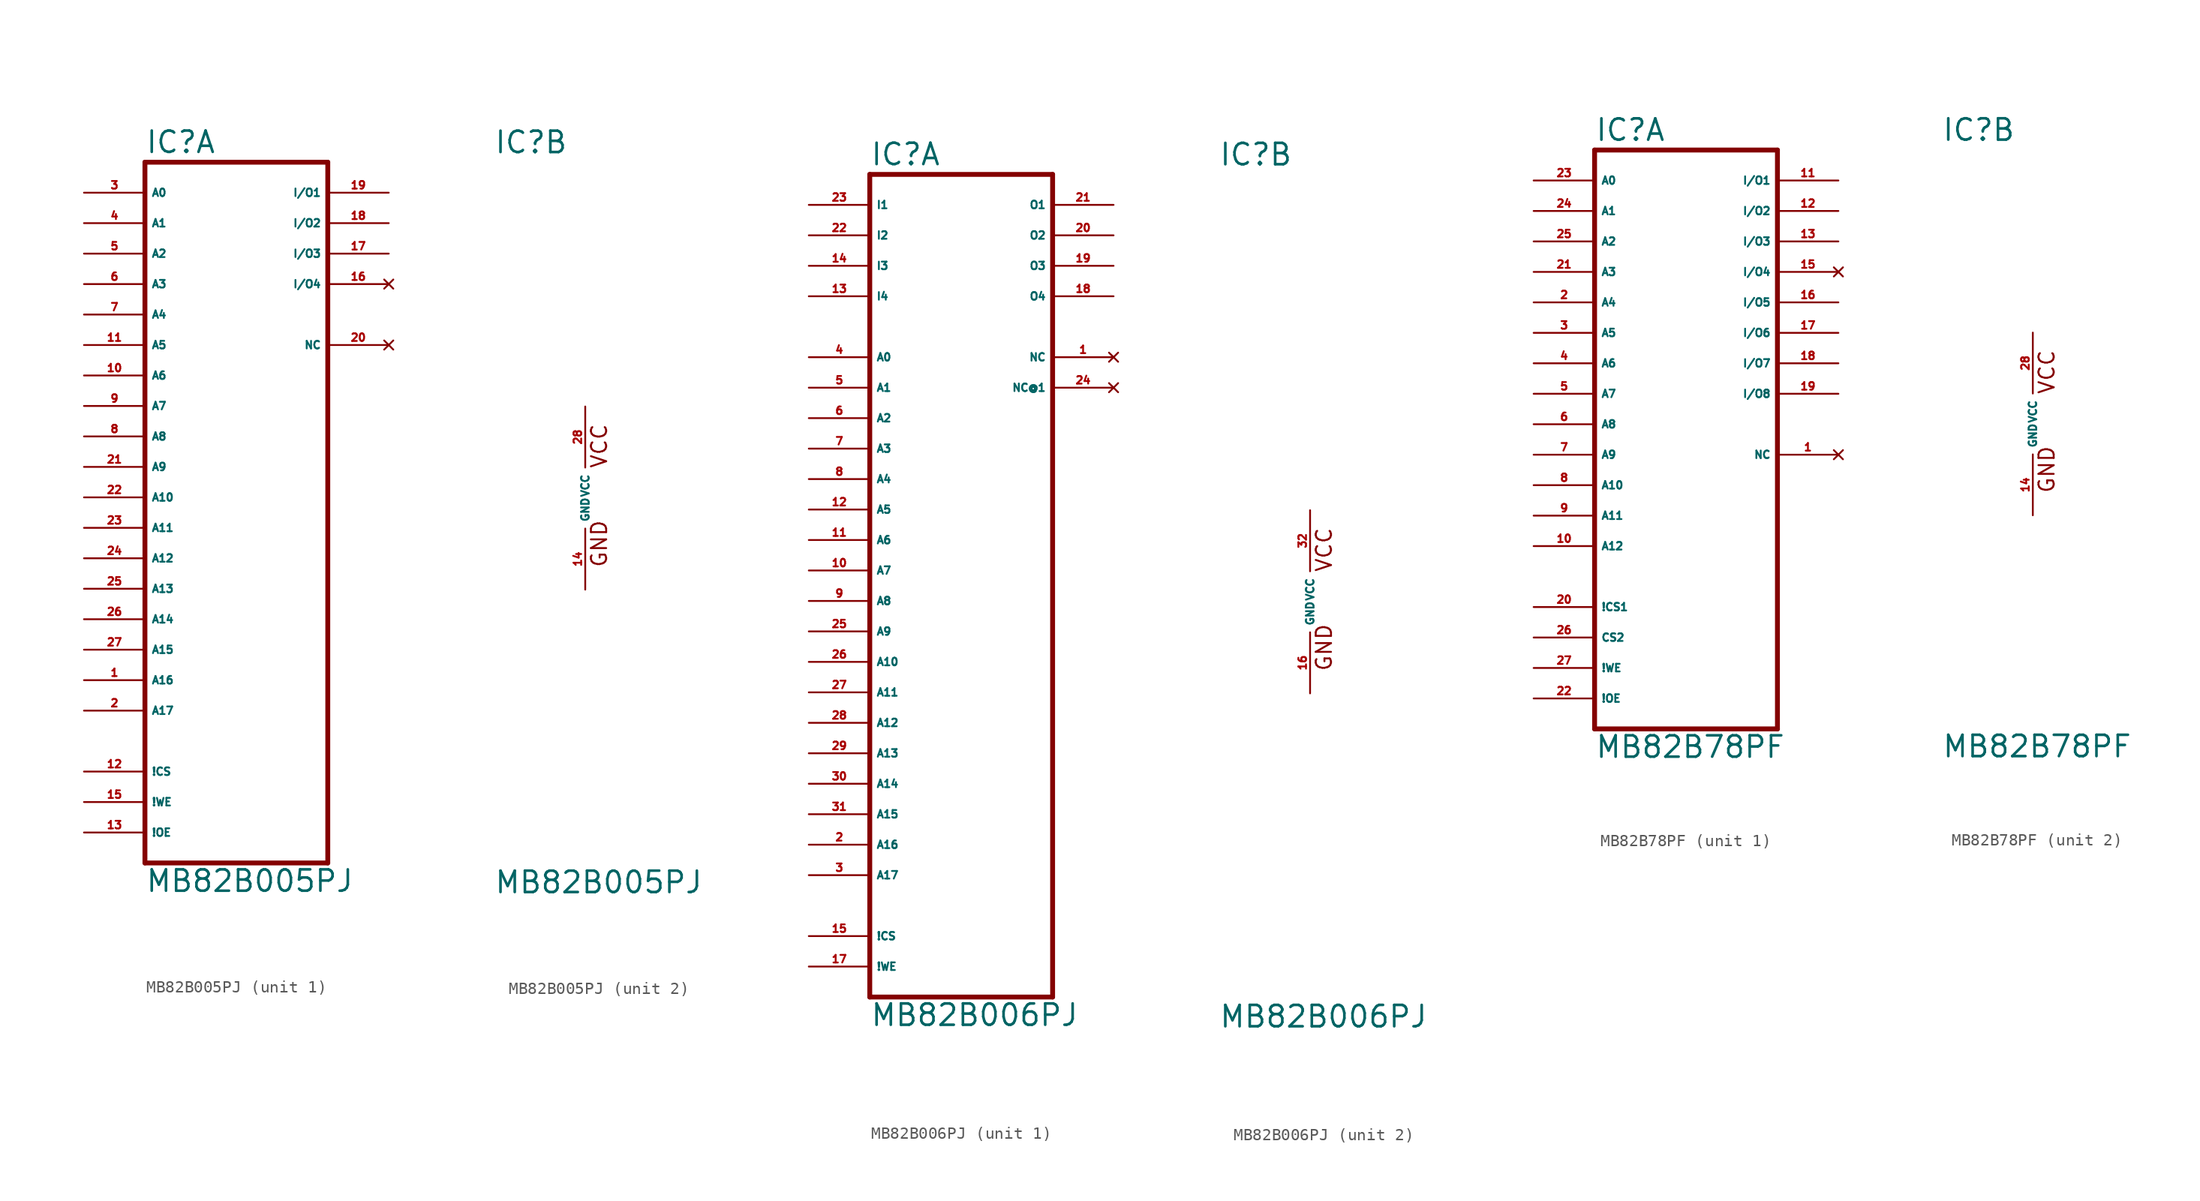
<source format=kicad_sym>
(kicad_symbol_lib
  (version 20220914)
  (generator Eagle2Kicad)
  (symbol "MB82B005PJ"
    (property "Reference" "IC"
      (at -7.62 28.575 0)
      (effects (font (size 1.778 1.778) (thickness 0.22)) (justify left bottom)))
    (property "Value" "MB82B005PJ"
      (at -7.62 -33.02 0)
      (effects (font (size 1.778 1.778) (thickness 0.22)) (justify left bottom)))
    (symbol "MB82B005PJ_1_0"
      (polyline (pts (xy -7.62 -30.48) (xy -7.62 27.94)) (stroke (width 0.406) (type default)) (fill (type none)))
      (polyline (pts (xy -7.62 27.94) (xy 7.62 27.94)) (stroke (width 0.406) (type default)) (fill (type none)))
      (polyline (pts (xy 7.62 27.94) (xy 7.62 -30.48)) (stroke (width 0.406) (type default)) (fill (type none)))
      (polyline (pts (xy 7.62 -30.48) (xy -7.62 -30.48)) (stroke (width 0.406) (type default)) (fill (type none)))
      (pin input line (at -12.7 25.4 0) (length 5.08) (name "A0" (effects (font (size 0.635 0.635) (thickness 0.08)) (justify left bottom))) (number "3" (effects (font (size 0.635 0.635) (thickness 0.08)) (justify left bottom))))
      (pin input line (at -12.7 22.86 0) (length 5.08) (name "A1" (effects (font (size 0.635 0.635) (thickness 0.08)) (justify left bottom))) (number "4" (effects (font (size 0.635 0.635) (thickness 0.08)) (justify left bottom))))
      (pin input line (at -12.7 20.32 0) (length 5.08) (name "A2" (effects (font (size 0.635 0.635) (thickness 0.08)) (justify left bottom))) (number "5" (effects (font (size 0.635 0.635) (thickness 0.08)) (justify left bottom))))
      (pin input line (at -12.7 17.78 0) (length 5.08) (name "A3" (effects (font (size 0.635 0.635) (thickness 0.08)) (justify left bottom))) (number "6" (effects (font (size 0.635 0.635) (thickness 0.08)) (justify left bottom))))
      (pin input line (at -12.7 15.24 0) (length 5.08) (name "A4" (effects (font (size 0.635 0.635) (thickness 0.08)) (justify left bottom))) (number "7" (effects (font (size 0.635 0.635) (thickness 0.08)) (justify left bottom))))
      (pin input line (at -12.7 10.16 0) (length 5.08) (name "A6" (effects (font (size 0.635 0.635) (thickness 0.08)) (justify left bottom))) (number "10" (effects (font (size 0.635 0.635) (thickness 0.08)) (justify left bottom))))
      (pin input line (at -12.7 12.7 0) (length 5.08) (name "A5" (effects (font (size 0.635 0.635) (thickness 0.08)) (justify left bottom))) (number "11" (effects (font (size 0.635 0.635) (thickness 0.08)) (justify left bottom))))
      (pin input line (at -12.7 7.62 0) (length 5.08) (name "A7" (effects (font (size 0.635 0.635) (thickness 0.08)) (justify left bottom))) (number "9" (effects (font (size 0.635 0.635) (thickness 0.08)) (justify left bottom))))
      (pin input line (at -12.7 5.08 0) (length 5.08) (name "A8" (effects (font (size 0.635 0.635) (thickness 0.08)) (justify left bottom))) (number "8" (effects (font (size 0.635 0.635) (thickness 0.08)) (justify left bottom))))
      (pin input line (at -12.7 2.54 0) (length 5.08) (name "A9" (effects (font (size 0.635 0.635) (thickness 0.08)) (justify left bottom))) (number "21" (effects (font (size 0.635 0.635) (thickness 0.08)) (justify left bottom))))
      (pin input line (at -12.7 0 0) (length 5.08) (name "A10" (effects (font (size 0.635 0.635) (thickness 0.08)) (justify left bottom))) (number "22" (effects (font (size 0.635 0.635) (thickness 0.08)) (justify left bottom))))
      (pin input line (at -12.7 -2.54 0) (length 5.08) (name "A11" (effects (font (size 0.635 0.635) (thickness 0.08)) (justify left bottom))) (number "23" (effects (font (size 0.635 0.635) (thickness 0.08)) (justify left bottom))))
      (pin bidirectional line (at 12.7 25.4 180) (length 5.08) (name "I/O1" (effects (font (size 0.635 0.635) (thickness 0.08)) (justify left bottom))) (number "19" (effects (font (size 0.635 0.635) (thickness 0.08)) (justify left bottom))))
      (pin bidirectional line (at 12.7 22.86 180) (length 5.08) (name "I/O2" (effects (font (size 0.635 0.635) (thickness 0.08)) (justify left bottom))) (number "18" (effects (font (size 0.635 0.635) (thickness 0.08)) (justify left bottom))))
      (pin bidirectional line (at 12.7 20.32 180) (length 5.08) (name "I/O3" (effects (font (size 0.635 0.635) (thickness 0.08)) (justify left bottom))) (number "17" (effects (font (size 0.635 0.635) (thickness 0.08)) (justify left bottom))))
      (pin no_connect line (at 12.7 17.78 180) (length 5.08) (name "I/O4" (effects (font (size 0.635 0.635) (thickness 0.08)) (justify left bottom) hide)) (number "16" (effects (font (size 0.635 0.635) (thickness 0.08)) (justify left bottom) hide)))
      (pin input line (at -12.7 -22.86 0) (length 5.08) (name "!CS" (effects (font (size 0.635 0.635) (thickness 0.08)) (justify left bottom))) (number "12" (effects (font (size 0.635 0.635) (thickness 0.08)) (justify left bottom))))
      (pin input line (at -12.7 -25.4 0) (length 5.08) (name "!WE" (effects (font (size 0.635 0.635) (thickness 0.08)) (justify left bottom))) (number "15" (effects (font (size 0.635 0.635) (thickness 0.08)) (justify left bottom))))
      (pin input line (at -12.7 -5.08 0) (length 5.08) (name "A12" (effects (font (size 0.635 0.635) (thickness 0.08)) (justify left bottom))) (number "24" (effects (font (size 0.635 0.635) (thickness 0.08)) (justify left bottom))))
      (pin input line (at -12.7 -7.62 0) (length 5.08) (name "A13" (effects (font (size 0.635 0.635) (thickness 0.08)) (justify left bottom))) (number "25" (effects (font (size 0.635 0.635) (thickness 0.08)) (justify left bottom))))
      (pin input line (at -12.7 -27.94 0) (length 5.08) (name "!OE" (effects (font (size 0.635 0.635) (thickness 0.08)) (justify left bottom))) (number "13" (effects (font (size 0.635 0.635) (thickness 0.08)) (justify left bottom))))
      (pin no_connect line (at 12.7 12.7 180) (length 5.08) (name "NC" (effects (font (size 0.635 0.635) (thickness 0.08)) (justify left bottom) hide)) (number "20" (effects (font (size 0.635 0.635) (thickness 0.08)) (justify left bottom) hide)))
      (pin input line (at -12.7 -10.16 0) (length 5.08) (name "A14" (effects (font (size 0.635 0.635) (thickness 0.08)) (justify left bottom))) (number "26" (effects (font (size 0.635 0.635) (thickness 0.08)) (justify left bottom))))
      (pin input line (at -12.7 -12.7 0) (length 5.08) (name "A15" (effects (font (size 0.635 0.635) (thickness 0.08)) (justify left bottom))) (number "27" (effects (font (size 0.635 0.635) (thickness 0.08)) (justify left bottom))))
      (pin input line (at -12.7 -15.24 0) (length 5.08) (name "A16" (effects (font (size 0.635 0.635) (thickness 0.08)) (justify left bottom))) (number "1" (effects (font (size 0.635 0.635) (thickness 0.08)) (justify left bottom))))
      (pin input line (at -12.7 -17.78 0) (length 5.08) (name "A17" (effects (font (size 0.635 0.635) (thickness 0.08)) (justify left bottom))) (number "2" (effects (font (size 0.635 0.635) (thickness 0.08)) (justify left bottom)))))
    (symbol "MB82B005PJ_2_0"
      (text "VCC" (at 1.905 2.413 900) (effects (font (size 1.27 1.27) (thickness 0.16)) (justify left bottom)))
      (text "GND" (at 1.905 -5.842 900) (effects (font (size 1.27 1.27) (thickness 0.16)) (justify left bottom)))
      (pin unspecified line (at 0 -7.62 90) (length 5.08) (name "GND" (effects (font (size 0.635 0.635) (thickness 0.08)) (justify left bottom))) (number "14" (effects (font (size 0.635 0.635) (thickness 0.08)) (justify left bottom))))
      (pin unspecified line (at 0 7.62 270) (length 5.08) (name "VCC" (effects (font (size 0.635 0.635) (thickness 0.08)) (justify left bottom))) (number "28" (effects (font (size 0.635 0.635) (thickness 0.08)) (justify left bottom))))))
  (symbol "MB82B006PJ"
    (property "Reference" "IC"
      (at -7.62 36.195 0)
      (effects (font (size 1.778 1.778) (thickness 0.22)) (justify left bottom)))
    (property "Value" "MB82B006PJ"
      (at -7.62 -35.56 0)
      (effects (font (size 1.778 1.778) (thickness 0.22)) (justify left bottom)))
    (symbol "MB82B006PJ_1_0"
      (polyline (pts (xy -7.62 -33.02) (xy -7.62 35.56)) (stroke (width 0.406) (type default)) (fill (type none)))
      (polyline (pts (xy -7.62 35.56) (xy 7.62 35.56)) (stroke (width 0.406) (type default)) (fill (type none)))
      (polyline (pts (xy 7.62 35.56) (xy 7.62 -33.02)) (stroke (width 0.406) (type default)) (fill (type none)))
      (polyline (pts (xy 7.62 -33.02) (xy -7.62 -33.02)) (stroke (width 0.406) (type default)) (fill (type none)))
      (pin input line (at -12.7 20.32 0) (length 5.08) (name "A0" (effects (font (size 0.635 0.635) (thickness 0.08)) (justify left bottom))) (number "4" (effects (font (size 0.635 0.635) (thickness 0.08)) (justify left bottom))))
      (pin input line (at -12.7 17.78 0) (length 5.08) (name "A1" (effects (font (size 0.635 0.635) (thickness 0.08)) (justify left bottom))) (number "5" (effects (font (size 0.635 0.635) (thickness 0.08)) (justify left bottom))))
      (pin input line (at -12.7 15.24 0) (length 5.08) (name "A2" (effects (font (size 0.635 0.635) (thickness 0.08)) (justify left bottom))) (number "6" (effects (font (size 0.635 0.635) (thickness 0.08)) (justify left bottom))))
      (pin input line (at -12.7 12.7 0) (length 5.08) (name "A3" (effects (font (size 0.635 0.635) (thickness 0.08)) (justify left bottom))) (number "7" (effects (font (size 0.635 0.635) (thickness 0.08)) (justify left bottom))))
      (pin input line (at -12.7 10.16 0) (length 5.08) (name "A4" (effects (font (size 0.635 0.635) (thickness 0.08)) (justify left bottom))) (number "8" (effects (font (size 0.635 0.635) (thickness 0.08)) (justify left bottom))))
      (pin input line (at -12.7 5.08 0) (length 5.08) (name "A6" (effects (font (size 0.635 0.635) (thickness 0.08)) (justify left bottom))) (number "11" (effects (font (size 0.635 0.635) (thickness 0.08)) (justify left bottom))))
      (pin input line (at -12.7 7.62 0) (length 5.08) (name "A5" (effects (font (size 0.635 0.635) (thickness 0.08)) (justify left bottom))) (number "12" (effects (font (size 0.635 0.635) (thickness 0.08)) (justify left bottom))))
      (pin input line (at -12.7 2.54 0) (length 5.08) (name "A7" (effects (font (size 0.635 0.635) (thickness 0.08)) (justify left bottom))) (number "10" (effects (font (size 0.635 0.635) (thickness 0.08)) (justify left bottom))))
      (pin input line (at -12.7 0 0) (length 5.08) (name "A8" (effects (font (size 0.635 0.635) (thickness 0.08)) (justify left bottom))) (number "9" (effects (font (size 0.635 0.635) (thickness 0.08)) (justify left bottom))))
      (pin input line (at -12.7 -2.54 0) (length 5.08) (name "A9" (effects (font (size 0.635 0.635) (thickness 0.08)) (justify left bottom))) (number "25" (effects (font (size 0.635 0.635) (thickness 0.08)) (justify left bottom))))
      (pin input line (at -12.7 -5.08 0) (length 5.08) (name "A10" (effects (font (size 0.635 0.635) (thickness 0.08)) (justify left bottom))) (number "26" (effects (font (size 0.635 0.635) (thickness 0.08)) (justify left bottom))))
      (pin input line (at -12.7 -7.62 0) (length 5.08) (name "A11" (effects (font (size 0.635 0.635) (thickness 0.08)) (justify left bottom))) (number "27" (effects (font (size 0.635 0.635) (thickness 0.08)) (justify left bottom))))
      (pin output line (at 12.7 30.48 180) (length 5.08) (name "O2" (effects (font (size 0.635 0.635) (thickness 0.08)) (justify left bottom))) (number "20" (effects (font (size 0.635 0.635) (thickness 0.08)) (justify left bottom))))
      (pin input line (at -12.7 -30.48 0) (length 5.08) (name "!WE" (effects (font (size 0.635 0.635) (thickness 0.08)) (justify left bottom))) (number "17" (effects (font (size 0.635 0.635) (thickness 0.08)) (justify left bottom))))
      (pin input line (at -12.7 -10.16 0) (length 5.08) (name "A12" (effects (font (size 0.635 0.635) (thickness 0.08)) (justify left bottom))) (number "28" (effects (font (size 0.635 0.635) (thickness 0.08)) (justify left bottom))))
      (pin input line (at -12.7 -27.94 0) (length 5.08) (name "!CS" (effects (font (size 0.635 0.635) (thickness 0.08)) (justify left bottom))) (number "15" (effects (font (size 0.635 0.635) (thickness 0.08)) (justify left bottom))))
      (pin input line (at -12.7 -15.24 0) (length 5.08) (name "A14" (effects (font (size 0.635 0.635) (thickness 0.08)) (justify left bottom))) (number "30" (effects (font (size 0.635 0.635) (thickness 0.08)) (justify left bottom))))
      (pin input line (at -12.7 -12.7 0) (length 5.08) (name "A13" (effects (font (size 0.635 0.635) (thickness 0.08)) (justify left bottom))) (number "29" (effects (font (size 0.635 0.635) (thickness 0.08)) (justify left bottom))))
      (pin no_connect line (at 12.7 20.32 180) (length 5.08) (name "NC" (effects (font (size 0.635 0.635) (thickness 0.08)) (justify left bottom) hide)) (number "1" (effects (font (size 0.635 0.635) (thickness 0.08)) (justify left bottom) hide)))
      (pin no_connect line (at 12.7 17.78 180) (length 5.08) (name "NC@1" (effects (font (size 0.635 0.635) (thickness 0.08)) (justify left bottom) hide)) (number "24" (effects (font (size 0.635 0.635) (thickness 0.08)) (justify left bottom) hide)))
      (pin output line (at 12.7 33.02 180) (length 5.08) (name "O1" (effects (font (size 0.635 0.635) (thickness 0.08)) (justify left bottom))) (number "21" (effects (font (size 0.635 0.635) (thickness 0.08)) (justify left bottom))))
      (pin input line (at -12.7 -17.78 0) (length 5.08) (name "A15" (effects (font (size 0.635 0.635) (thickness 0.08)) (justify left bottom))) (number "31" (effects (font (size 0.635 0.635) (thickness 0.08)) (justify left bottom))))
      (pin input line (at -12.7 -20.32 0) (length 5.08) (name "A16" (effects (font (size 0.635 0.635) (thickness 0.08)) (justify left bottom))) (number "2" (effects (font (size 0.635 0.635) (thickness 0.08)) (justify left bottom))))
      (pin input line (at -12.7 -22.86 0) (length 5.08) (name "A17" (effects (font (size 0.635 0.635) (thickness 0.08)) (justify left bottom))) (number "3" (effects (font (size 0.635 0.635) (thickness 0.08)) (justify left bottom))))
      (pin input line (at -12.7 25.4 0) (length 5.08) (name "I4" (effects (font (size 0.635 0.635) (thickness 0.08)) (justify left bottom))) (number "13" (effects (font (size 0.635 0.635) (thickness 0.08)) (justify left bottom))))
      (pin input line (at -12.7 27.94 0) (length 5.08) (name "I3" (effects (font (size 0.635 0.635) (thickness 0.08)) (justify left bottom))) (number "14" (effects (font (size 0.635 0.635) (thickness 0.08)) (justify left bottom))))
      (pin input line (at -12.7 30.48 0) (length 5.08) (name "I2" (effects (font (size 0.635 0.635) (thickness 0.08)) (justify left bottom))) (number "22" (effects (font (size 0.635 0.635) (thickness 0.08)) (justify left bottom))))
      (pin input line (at -12.7 33.02 0) (length 5.08) (name "I1" (effects (font (size 0.635 0.635) (thickness 0.08)) (justify left bottom))) (number "23" (effects (font (size 0.635 0.635) (thickness 0.08)) (justify left bottom))))
      (pin output line (at 12.7 27.94 180) (length 5.08) (name "O3" (effects (font (size 0.635 0.635) (thickness 0.08)) (justify left bottom))) (number "19" (effects (font (size 0.635 0.635) (thickness 0.08)) (justify left bottom))))
      (pin output line (at 12.7 25.4 180) (length 5.08) (name "O4" (effects (font (size 0.635 0.635) (thickness 0.08)) (justify left bottom))) (number "18" (effects (font (size 0.635 0.635) (thickness 0.08)) (justify left bottom)))))
    (symbol "MB82B006PJ_2_0"
      (text "VCC" (at 1.905 2.413 900) (effects (font (size 1.27 1.27) (thickness 0.16)) (justify left bottom)))
      (text "GND" (at 1.905 -5.842 900) (effects (font (size 1.27 1.27) (thickness 0.16)) (justify left bottom)))
      (pin unspecified line (at 0 -7.62 90) (length 5.08) (name "GND" (effects (font (size 0.635 0.635) (thickness 0.08)) (justify left bottom))) (number "16" (effects (font (size 0.635 0.635) (thickness 0.08)) (justify left bottom))))
      (pin unspecified line (at 0 7.62 270) (length 5.08) (name "VCC" (effects (font (size 0.635 0.635) (thickness 0.08)) (justify left bottom))) (number "32" (effects (font (size 0.635 0.635) (thickness 0.08)) (justify left bottom))))))
  (symbol "MB82B78PF"
    (property "Reference" "IC"
      (at -7.62 23.495 0)
      (effects (font (size 1.778 1.778) (thickness 0.22)) (justify left bottom)))
    (property "Value" "MB82B78PF"
      (at -7.62 -27.94 0)
      (effects (font (size 1.778 1.778) (thickness 0.22)) (justify left bottom)))
    (symbol "MB82B78PF_1_0"
      (polyline (pts (xy -7.62 -25.4) (xy -7.62 22.86)) (stroke (width 0.406) (type default)) (fill (type none)))
      (polyline (pts (xy -7.62 22.86) (xy 7.62 22.86)) (stroke (width 0.406) (type default)) (fill (type none)))
      (polyline (pts (xy 7.62 22.86) (xy 7.62 -25.4)) (stroke (width 0.406) (type default)) (fill (type none)))
      (polyline (pts (xy 7.62 -25.4) (xy -7.62 -25.4)) (stroke (width 0.406) (type default)) (fill (type none)))
      (pin input line (at -12.7 20.32 0) (length 5.08) (name "A0" (effects (font (size 0.635 0.635) (thickness 0.08)) (justify left bottom))) (number "23" (effects (font (size 0.635 0.635) (thickness 0.08)) (justify left bottom))))
      (pin input line (at -12.7 17.78 0) (length 5.08) (name "A1" (effects (font (size 0.635 0.635) (thickness 0.08)) (justify left bottom))) (number "24" (effects (font (size 0.635 0.635) (thickness 0.08)) (justify left bottom))))
      (pin input line (at -12.7 15.24 0) (length 5.08) (name "A2" (effects (font (size 0.635 0.635) (thickness 0.08)) (justify left bottom))) (number "25" (effects (font (size 0.635 0.635) (thickness 0.08)) (justify left bottom))))
      (pin input line (at -12.7 12.7 0) (length 5.08) (name "A3" (effects (font (size 0.635 0.635) (thickness 0.08)) (justify left bottom))) (number "21" (effects (font (size 0.635 0.635) (thickness 0.08)) (justify left bottom))))
      (pin input line (at -12.7 10.16 0) (length 5.08) (name "A4" (effects (font (size 0.635 0.635) (thickness 0.08)) (justify left bottom))) (number "2" (effects (font (size 0.635 0.635) (thickness 0.08)) (justify left bottom))))
      (pin input line (at -12.7 5.08 0) (length 5.08) (name "A6" (effects (font (size 0.635 0.635) (thickness 0.08)) (justify left bottom))) (number "4" (effects (font (size 0.635 0.635) (thickness 0.08)) (justify left bottom))))
      (pin input line (at -12.7 7.62 0) (length 5.08) (name "A5" (effects (font (size 0.635 0.635) (thickness 0.08)) (justify left bottom))) (number "3" (effects (font (size 0.635 0.635) (thickness 0.08)) (justify left bottom))))
      (pin input line (at -12.7 2.54 0) (length 5.08) (name "A7" (effects (font (size 0.635 0.635) (thickness 0.08)) (justify left bottom))) (number "5" (effects (font (size 0.635 0.635) (thickness 0.08)) (justify left bottom))))
      (pin input line (at -12.7 0 0) (length 5.08) (name "A8" (effects (font (size 0.635 0.635) (thickness 0.08)) (justify left bottom))) (number "6" (effects (font (size 0.635 0.635) (thickness 0.08)) (justify left bottom))))
      (pin input line (at -12.7 -2.54 0) (length 5.08) (name "A9" (effects (font (size 0.635 0.635) (thickness 0.08)) (justify left bottom))) (number "7" (effects (font (size 0.635 0.635) (thickness 0.08)) (justify left bottom))))
      (pin input line (at -12.7 -5.08 0) (length 5.08) (name "A10" (effects (font (size 0.635 0.635) (thickness 0.08)) (justify left bottom))) (number "8" (effects (font (size 0.635 0.635) (thickness 0.08)) (justify left bottom))))
      (pin input line (at -12.7 -7.62 0) (length 5.08) (name "A11" (effects (font (size 0.635 0.635) (thickness 0.08)) (justify left bottom))) (number "9" (effects (font (size 0.635 0.635) (thickness 0.08)) (justify left bottom))))
      (pin bidirectional line (at 12.7 20.32 180) (length 5.08) (name "I/O1" (effects (font (size 0.635 0.635) (thickness 0.08)) (justify left bottom))) (number "11" (effects (font (size 0.635 0.635) (thickness 0.08)) (justify left bottom))))
      (pin bidirectional line (at 12.7 17.78 180) (length 5.08) (name "I/O2" (effects (font (size 0.635 0.635) (thickness 0.08)) (justify left bottom))) (number "12" (effects (font (size 0.635 0.635) (thickness 0.08)) (justify left bottom))))
      (pin bidirectional line (at 12.7 15.24 180) (length 5.08) (name "I/O3" (effects (font (size 0.635 0.635) (thickness 0.08)) (justify left bottom))) (number "13" (effects (font (size 0.635 0.635) (thickness 0.08)) (justify left bottom))))
      (pin no_connect line (at 12.7 12.7 180) (length 5.08) (name "I/O4" (effects (font (size 0.635 0.635) (thickness 0.08)) (justify left bottom) hide)) (number "15" (effects (font (size 0.635 0.635) (thickness 0.08)) (justify left bottom) hide)))
      (pin input line (at -12.7 -17.78 0) (length 5.08) (name "CS2" (effects (font (size 0.635 0.635) (thickness 0.08)) (justify left bottom))) (number "26" (effects (font (size 0.635 0.635) (thickness 0.08)) (justify left bottom))))
      (pin input line (at -12.7 -20.32 0) (length 5.08) (name "!WE" (effects (font (size 0.635 0.635) (thickness 0.08)) (justify left bottom))) (number "27" (effects (font (size 0.635 0.635) (thickness 0.08)) (justify left bottom))))
      (pin input line (at -12.7 -10.16 0) (length 5.08) (name "A12" (effects (font (size 0.635 0.635) (thickness 0.08)) (justify left bottom))) (number "10" (effects (font (size 0.635 0.635) (thickness 0.08)) (justify left bottom))))
      (pin input line (at -12.7 -22.86 0) (length 5.08) (name "!OE" (effects (font (size 0.635 0.635) (thickness 0.08)) (justify left bottom))) (number "22" (effects (font (size 0.635 0.635) (thickness 0.08)) (justify left bottom))))
      (pin bidirectional line (at 12.7 10.16 180) (length 5.08) (name "I/O5" (effects (font (size 0.635 0.635) (thickness 0.08)) (justify left bottom))) (number "16" (effects (font (size 0.635 0.635) (thickness 0.08)) (justify left bottom))))
      (pin bidirectional line (at 12.7 7.62 180) (length 5.08) (name "I/O6" (effects (font (size 0.635 0.635) (thickness 0.08)) (justify left bottom))) (number "17" (effects (font (size 0.635 0.635) (thickness 0.08)) (justify left bottom))))
      (pin bidirectional line (at 12.7 5.08 180) (length 5.08) (name "I/O7" (effects (font (size 0.635 0.635) (thickness 0.08)) (justify left bottom))) (number "18" (effects (font (size 0.635 0.635) (thickness 0.08)) (justify left bottom))))
      (pin bidirectional line (at 12.7 2.54 180) (length 5.08) (name "I/O8" (effects (font (size 0.635 0.635) (thickness 0.08)) (justify left bottom))) (number "19" (effects (font (size 0.635 0.635) (thickness 0.08)) (justify left bottom))))
      (pin no_connect line (at 12.7 -2.54 180) (length 5.08) (name "NC" (effects (font (size 0.635 0.635) (thickness 0.08)) (justify left bottom) hide)) (number "1" (effects (font (size 0.635 0.635) (thickness 0.08)) (justify left bottom) hide)))
      (pin input line (at -12.7 -15.24 0) (length 5.08) (name "!CS1" (effects (font (size 0.635 0.635) (thickness 0.08)) (justify left bottom))) (number "20" (effects (font (size 0.635 0.635) (thickness 0.08)) (justify left bottom)))))
    (symbol "MB82B78PF_2_0"
      (text "VCC" (at 1.905 2.413 900) (effects (font (size 1.27 1.27) (thickness 0.16)) (justify left bottom)))
      (text "GND" (at 1.905 -5.842 900) (effects (font (size 1.27 1.27) (thickness 0.16)) (justify left bottom)))
      (pin unspecified line (at 0 -7.62 90) (length 5.08) (name "GND" (effects (font (size 0.635 0.635) (thickness 0.08)) (justify left bottom))) (number "14" (effects (font (size 0.635 0.635) (thickness 0.08)) (justify left bottom))))
      (pin unspecified line (at 0 7.62 270) (length 5.08) (name "VCC" (effects (font (size 0.635 0.635) (thickness 0.08)) (justify left bottom))) (number "28" (effects (font (size 0.635 0.635) (thickness 0.08)) (justify left bottom)))))))
</source>
